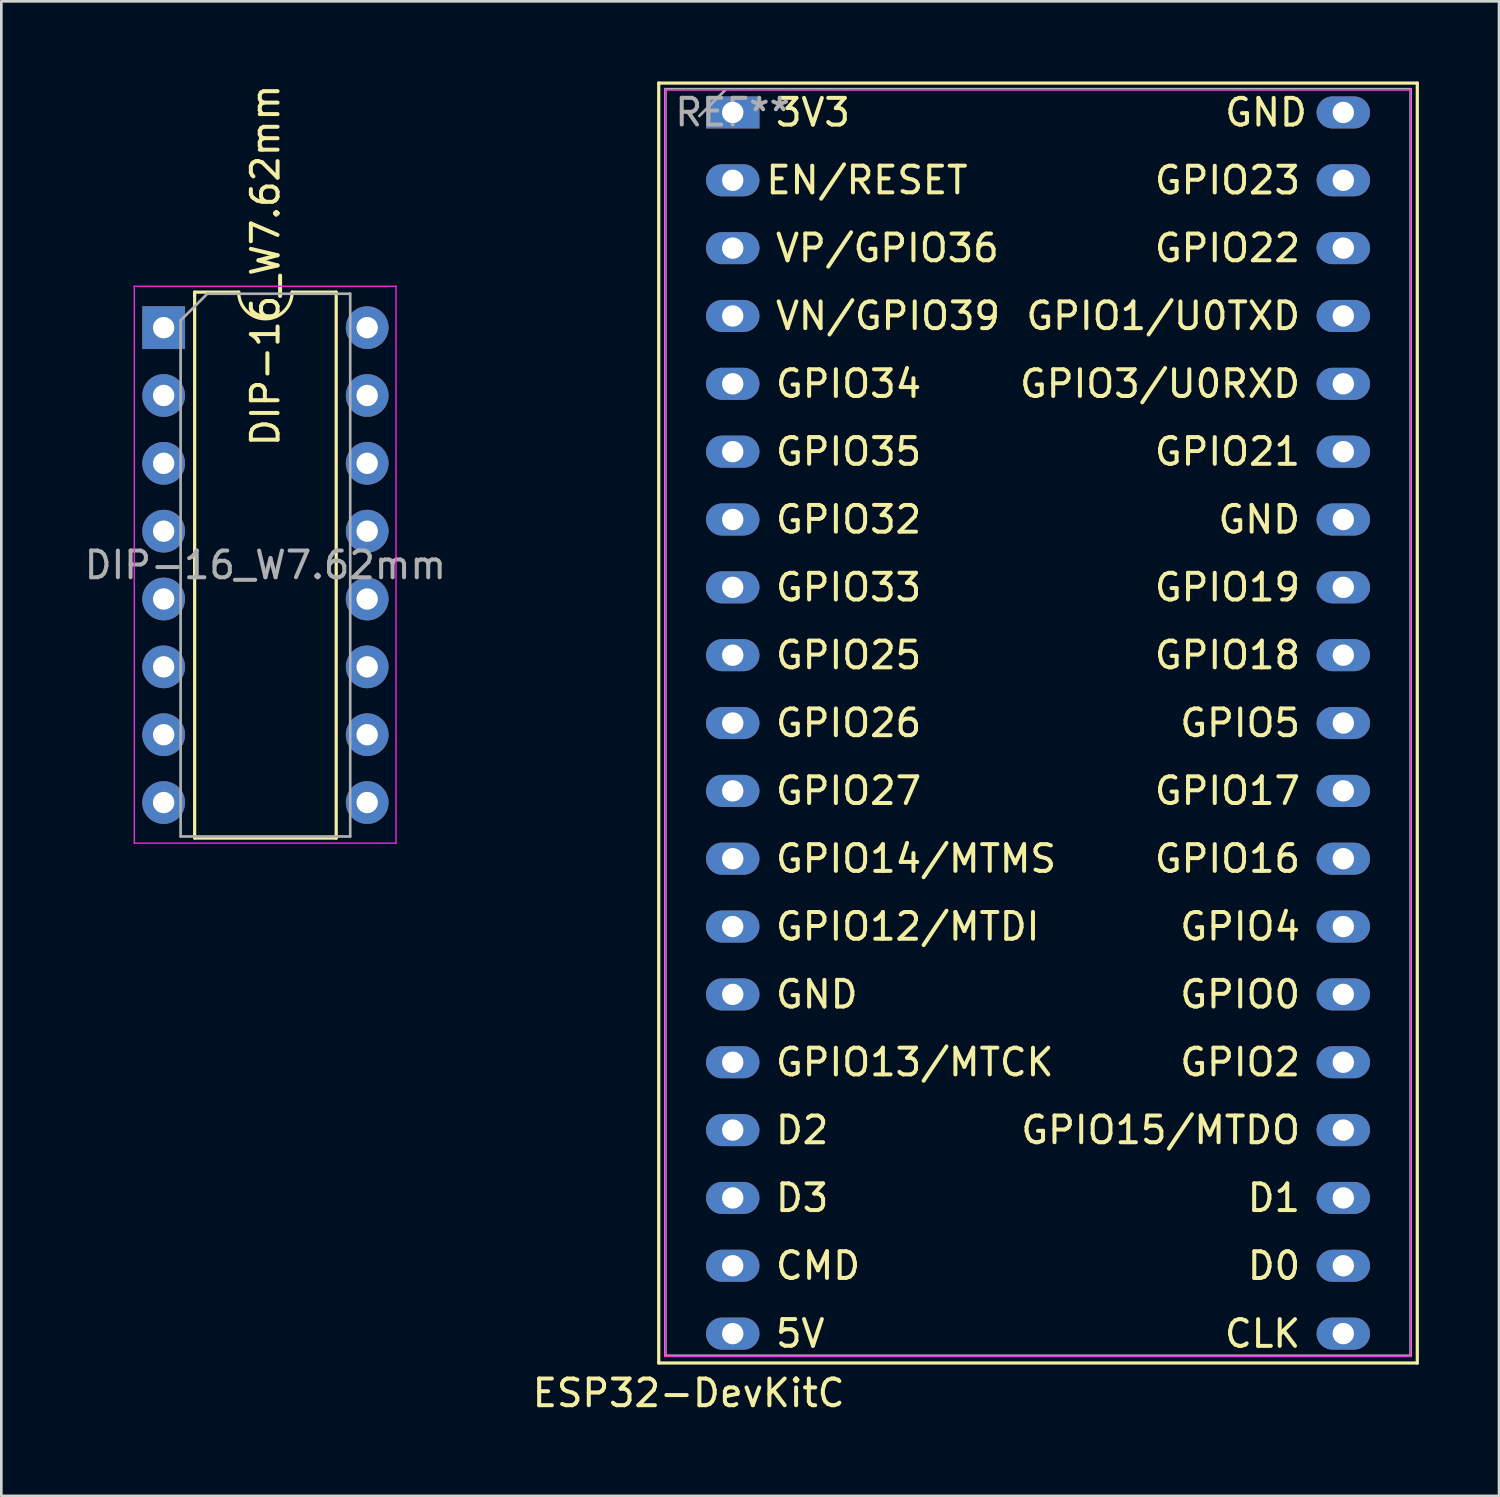
<source format=kicad_pcb>
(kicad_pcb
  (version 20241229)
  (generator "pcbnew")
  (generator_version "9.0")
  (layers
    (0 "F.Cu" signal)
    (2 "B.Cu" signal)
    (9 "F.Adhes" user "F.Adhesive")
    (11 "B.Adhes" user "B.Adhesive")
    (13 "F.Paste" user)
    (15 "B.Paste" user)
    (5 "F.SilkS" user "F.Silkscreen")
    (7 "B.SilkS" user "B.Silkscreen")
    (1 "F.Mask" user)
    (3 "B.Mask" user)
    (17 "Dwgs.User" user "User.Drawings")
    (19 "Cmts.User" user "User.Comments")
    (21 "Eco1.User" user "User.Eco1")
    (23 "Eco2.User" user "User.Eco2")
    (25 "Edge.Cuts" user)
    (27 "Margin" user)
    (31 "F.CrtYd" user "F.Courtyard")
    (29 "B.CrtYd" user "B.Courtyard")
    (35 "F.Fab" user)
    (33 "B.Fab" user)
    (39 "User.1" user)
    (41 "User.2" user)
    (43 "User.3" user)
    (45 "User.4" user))
  (footprint "ESP32-DevKitC"
    (layer "F.Cu")
    (at 24.383 1.16)
    (property "Reference" "ESP32-DevKitC" (at -1.651 47.946 0) (layer "F.SilkS") (effects (font (size 1 1) (thickness 0.15))))
    (attr through_hole)
    (fp_line (start -2.77 46.82) (end 25.63 46.82) (stroke (width 0.12) (type solid)) (layer "F.SilkS"))
    (fp_line (start -2.77 -1.1) (end -2.77 46.82) (stroke (width 0.12) (type solid)) (layer "F.SilkS"))
    (fp_line (start 25.63 46.82) (end 25.63 -1.1) (stroke (width 0.12) (type solid)) (layer "F.SilkS"))
    (fp_line (start 25.63 -1.1) (end -2.77 -1.1) (stroke (width 0.12) (type solid)) (layer "F.SilkS"))
    (fp_line (start -2.52 -0.85) (end 25.38 -0.85) (stroke (width 0.05) (type solid)) (layer "F.CrtYd"))
    (fp_line (start -2.52 46.57) (end -2.52 -0.85) (stroke (width 0.05) (type solid)) (layer "F.CrtYd"))
    (fp_line (start 25.38 -0.85) (end 25.38 46.57) (stroke (width 0.05) (type solid)) (layer "F.CrtYd"))
    (fp_line (start 25.38 46.57) (end -2.52 46.57) (stroke (width 0.05) (type solid)) (layer "F.CrtYd"))
    (fp_line (start -2.52 -0.87) (end 25.38 -0.87) (stroke (width 0.1) (type solid)) (layer "F.Fab"))
    (fp_line (start -2.52 46.55) (end -2.52 -0.87) (stroke (width 0.1) (type solid)) (layer "F.Fab"))
    (fp_line (start -0.25 -0.87) (end -1.25 0.13) (stroke (width 0.1) (type solid)) (layer "F.Fab"))
    (fp_line (start 25.38 -0.87) (end 25.38 46.55) (stroke (width 0.1) (type solid)) (layer "F.Fab"))
    (fp_line (start 25.38 46.55) (end -2.52 46.55) (stroke (width 0.1) (type solid)) (layer "F.Fab"))
    (fp_text user "D2" (at 1.524 38.1 0) (unlocked yes) (layer "F.SilkS") (effects (font (size 1 1) (thickness 0.15)) (justify left)))
    (fp_text user "CMD" (at 1.524 43.18 0) (unlocked yes) (layer "F.SilkS") (effects (font (size 1 1) (thickness 0.15)) (justify left)))
    (fp_text user "D1" (at 21.336 40.64 0) (unlocked yes) (layer "F.SilkS") (effects (font (size 1 1) (thickness 0.15)) (justify right)))
    (fp_text user "GPIO32" (at 1.524 15.24 0) (unlocked yes) (layer "F.SilkS") (effects (font (size 1 1) (thickness 0.15)) (justify left)))
    (fp_text user "GPIO35" (at 1.524 12.7 0) (unlocked yes) (layer "F.SilkS") (effects (font (size 1 1) (thickness 0.15)) (justify left)))
    (fp_text user "GPIO25" (at 1.524 20.32 0) (unlocked yes) (layer "F.SilkS") (effects (font (size 1 1) (thickness 0.15)) (justify left)))
    (fp_text user "GPIO15/MTDO" (at 21.336 38.1 0) (unlocked yes) (layer "F.SilkS") (effects (font (size 1 1) (thickness 0.15)) (justify right)))
    (fp_text user "GPIO18" (at 21.336 20.32 0) (unlocked yes) (layer "F.SilkS") (effects (font (size 1 1) (thickness 0.15)) (justify right)))
    (fp_text user "GPIO16" (at 21.336 27.94 0) (unlocked yes) (layer "F.SilkS") (effects (font (size 1 1) (thickness 0.15)) (justify right)))
    (fp_text user "GPIO21" (at 21.336 12.7 0) (unlocked yes) (layer "F.SilkS") (effects (font (size 1 1) (thickness 0.15)) (justify right)))
    (fp_text user "GPIO4" (at 21.336 30.48 0) (unlocked yes) (layer "F.SilkS") (effects (font (size 1 1) (thickness 0.15)) (justify right)))
    (fp_text user "VP/GPIO36" (at 1.524 5.08 0) (unlocked yes) (layer "F.SilkS") (effects (font (size 1 1) (thickness 0.15)) (justify left)))
    (fp_text user "D0" (at 21.34 43.183 0) (unlocked yes) (layer "F.SilkS") (effects (font (size 1 1) (thickness 0.15)) (justify right)))
    (fp_text user "D3" (at 1.524 40.64 0) (unlocked yes) (layer "F.SilkS") (effects (font (size 1 1) (thickness 0.15)) (justify left)))
    (fp_text user "CLK" (at 21.34 45.723 0) (unlocked yes) (layer "F.SilkS") (effects (font (size 1 1) (thickness 0.15)) (justify right)))
    (fp_text user "EN/RESET" (at 8.886 2.537 0) (unlocked yes) (layer "F.SilkS") (effects (font (size 1 1) (thickness 0.15)) (justify right)))
    (fp_text user "GPIO19" (at 21.336 17.78 0) (unlocked yes) (layer "F.SilkS") (effects (font (size 1 1) (thickness 0.15)) (justify right)))
    (fp_text user "GPIO27" (at 1.524 25.4 0) (unlocked yes) (layer "F.SilkS") (effects (font (size 1 1) (thickness 0.15)) (justify left)))
    (fp_text user "GPIO22" (at 21.336 5.08 0) (unlocked yes) (layer "F.SilkS") (effects (font (size 1 1) (thickness 0.15)) (justify right)))
    (fp_text user "GPIO14/MTMS" (at 1.524 27.94 0) (unlocked yes) (layer "F.SilkS") (effects (font (size 1 1) (thickness 0.15)) (justify left)))
    (fp_text user "GPIO5" (at 21.336 22.86 0) (unlocked yes) (layer "F.SilkS") (effects (font (size 1 1) (thickness 0.15)) (justify right)))
    (fp_text user "GPIO23" (at 21.336 2.54 0) (unlocked yes) (layer "F.SilkS") (effects (font (size 1 1) (thickness 0.15)) (justify right)))
    (fp_text user "GPIO13/MTCK" (at 1.524 35.56 0) (unlocked yes) (layer "F.SilkS") (effects (font (size 1 1) (thickness 0.15)) (justify left)))
    (fp_text user "GPIO26" (at 1.524 22.86 0) (unlocked yes) (layer "F.SilkS") (effects (font (size 1 1) (thickness 0.15)) (justify left)))
    (fp_text user "GPIO0" (at 21.336 33.02 0) (unlocked yes) (layer "F.SilkS") (effects (font (size 1 1) (thickness 0.15)) (justify right)))
    (fp_text user "GND" (at 21.336 15.24 0) (unlocked yes) (layer "F.SilkS") (effects (font (size 1 1) (thickness 0.15)) (justify right)))
    (fp_text user "3V3" (at 1.524 0 0) (unlocked yes) (layer "F.SilkS") (effects (font (size 1 1) (thickness 0.15)) (justify left)))
    (fp_text user "5V" (at 1.524 45.72 0) (unlocked yes) (layer "F.SilkS") (effects (font (size 1 1) (thickness 0.15)) (justify left)))
    (fp_text user "GPIO17" (at 21.336 25.4 0) (unlocked yes) (layer "F.SilkS") (effects (font (size 1 1) (thickness 0.15)) (justify right)))
    (fp_text user "GPIO12/MTDI" (at 1.524 30.48 0) (unlocked yes) (layer "F.SilkS") (effects (font (size 1 1) (thickness 0.15)) (justify left)))
    (fp_text user "GPIO33" (at 1.524 17.78 0) (unlocked yes) (layer "F.SilkS") (effects (font (size 1 1) (thickness 0.15)) (justify left)))
    (fp_text user "GPIO34" (at 1.524 10.16 0) (unlocked yes) (layer "F.SilkS") (effects (font (size 1 1) (thickness 0.15)) (justify left)))
    (fp_text user "GPIO1/U0TXD" (at 21.336 7.62 0) (unlocked yes) (layer "F.SilkS") (effects (font (size 1 1) (thickness 0.15)) (justify right)))
    (fp_text user "GPIO2" (at 21.336 35.56 0) (unlocked yes) (layer "F.SilkS") (effects (font (size 1 1) (thickness 0.15)) (justify right)))
    (fp_text user "GPIO3/U0RXD" (at 21.336 10.16 0) (unlocked yes) (layer "F.SilkS") (effects (font (size 1 1) (thickness 0.15)) (justify right)))
    (fp_text user "GND" (at 1.524 33.02 0) (unlocked yes) (layer "F.SilkS") (effects (font (size 1 1) (thickness 0.15)) (justify left)))
    (fp_text user "VN/GPIO39" (at 1.524 7.62 0) (unlocked yes) (layer "F.SilkS") (effects (font (size 1 1) (thickness 0.15)) (justify left)))
    (fp_text user "GND" (at 21.59 0 0) (unlocked yes) (layer "F.SilkS") (effects (font (size 1 1) (thickness 0.15)) (justify right)))
    (fp_text user "REF**" (at -0.004 -0.003 0) (layer "F.Fab") (effects (font (size 1 1) (thickness 0.15))))
    (pad "1" thru_hole rect (at 0 0 270) (size 1.2 2) (drill 0.8) (layers "*.Cu" "*.Mask"))
    (pad "2" thru_hole oval (at 0 2.54 270) (size 1.2 2) (drill 0.8) (layers "*.Cu" "*.Mask"))
    (pad "3" thru_hole oval (at 0 5.08 270) (size 1.2 2) (drill 0.8) (layers "*.Cu" "*.Mask"))
    (pad "4" thru_hole oval (at 0 7.62 270) (size 1.2 2) (drill 0.8) (layers "*.Cu" "*.Mask"))
    (pad "5" thru_hole oval (at 0 10.16 270) (size 1.2 2) (drill 0.8) (layers "*.Cu" "*.Mask"))
    (pad "6" thru_hole oval (at 0 12.7 270) (size 1.2 2) (drill 0.8) (layers "*.Cu" "*.Mask"))
    (pad "7" thru_hole oval (at 0 15.24 270) (size 1.2 2) (drill 0.8) (layers "*.Cu" "*.Mask"))
    (pad "8" thru_hole oval (at 0 17.78 270) (size 1.2 2) (drill 0.8) (layers "*.Cu" "*.Mask"))
    (pad "9" thru_hole oval (at 0 20.32 270) (size 1.2 2) (drill 0.8) (layers "*.Cu" "*.Mask"))
    (pad "10" thru_hole oval (at 0 22.86 270) (size 1.2 2) (drill 0.8) (layers "*.Cu" "*.Mask"))
    (pad "11" thru_hole oval (at 0 25.4 270) (size 1.2 2) (drill 0.8) (layers "*.Cu" "*.Mask"))
    (pad "12" thru_hole oval (at 0 27.94 270) (size 1.2 2) (drill 0.8) (layers "*.Cu" "*.Mask"))
    (pad "13" thru_hole oval (at 0 30.48 270) (size 1.2 2) (drill 0.8) (layers "*.Cu" "*.Mask"))
    (pad "14" thru_hole oval (at 0 33.02 270) (size 1.2 2) (drill 0.8) (layers "*.Cu" "*.Mask"))
    (pad "15" thru_hole oval (at 0 35.56 270) (size 1.2 2) (drill 0.8) (layers "*.Cu" "*.Mask"))
    (pad "16" thru_hole oval (at 0 38.1 270) (size 1.2 2) (drill 0.8) (layers "*.Cu" "*.Mask"))
    (pad "17" thru_hole oval (at 0 40.64 270) (size 1.2 2) (drill 0.8) (layers "*.Cu" "*.Mask"))
    (pad "18" thru_hole oval (at 0 43.18 270) (size 1.2 2) (drill 0.8) (layers "*.Cu" "*.Mask"))
    (pad "19" thru_hole oval (at 0 45.72 270) (size 1.2 2) (drill 0.8) (layers "*.Cu" "*.Mask"))
    (pad "20" thru_hole oval (at 22.86 45.72 270) (size 1.2 2) (drill 0.8) (layers "*.Cu" "*.Mask"))
    (pad "21" thru_hole oval (at 22.86 43.18 270) (size 1.2 2) (drill 0.8) (layers "*.Cu" "*.Mask"))
    (pad "22" thru_hole oval (at 22.86 40.64 270) (size 1.2 2) (drill 0.8) (layers "*.Cu" "*.Mask"))
    (pad "23" thru_hole oval (at 22.86 38.1 270) (size 1.2 2) (drill 0.8) (layers "*.Cu" "*.Mask"))
    (pad "24" thru_hole oval (at 22.86 35.56 270) (size 1.2 2) (drill 0.8) (layers "*.Cu" "*.Mask"))
    (pad "25" thru_hole oval (at 22.86 33.02 270) (size 1.2 2) (drill 0.8) (layers "*.Cu" "*.Mask"))
    (pad "26" thru_hole oval (at 22.86 30.48 270) (size 1.2 2) (drill 0.8) (layers "*.Cu" "*.Mask"))
    (pad "27" thru_hole oval (at 22.86 27.94 270) (size 1.2 2) (drill 0.8) (layers "*.Cu" "*.Mask"))
    (pad "28" thru_hole oval (at 22.86 25.4 270) (size 1.2 2) (drill 0.8) (layers "*.Cu" "*.Mask"))
    (pad "29" thru_hole oval (at 22.86 22.86 270) (size 1.2 2) (drill 0.8) (layers "*.Cu" "*.Mask"))
    (pad "30" thru_hole oval (at 22.86 20.32 270) (size 1.2 2) (drill 0.8) (layers "*.Cu" "*.Mask"))
    (pad "31" thru_hole oval (at 22.86 17.78 270) (size 1.2 2) (drill 0.8) (layers "*.Cu" "*.Mask"))
    (pad "32" thru_hole oval (at 22.86 15.24 270) (size 1.2 2) (drill 0.8) (layers "*.Cu" "*.Mask"))
    (pad "33" thru_hole oval (at 22.86 12.7 270) (size 1.2 2) (drill 0.8) (layers "*.Cu" "*.Mask"))
    (pad "34" thru_hole oval (at 22.86 10.16 270) (size 1.2 2) (drill 0.8) (layers "*.Cu" "*.Mask"))
    (pad "35" thru_hole oval (at 22.86 7.62 270) (size 1.2 2) (drill 0.8) (layers "*.Cu" "*.Mask"))
    (pad "36" thru_hole oval (at 22.86 5.08 270) (size 1.2 2) (drill 0.8) (layers "*.Cu" "*.Mask"))
    (pad "37" thru_hole oval (at 22.86 2.54 270) (size 1.2 2) (drill 0.8) (layers "*.Cu" "*.Mask"))
    (pad "38" thru_hole oval (at 22.86 0 270) (size 1.2 2) (drill 0.8) (layers "*.Cu" "*.Mask")))
  (footprint "DIP-16_W7.62mm"
    (layer "F.Cu")
    (at 3.077 9.217)
    (property "Reference" "DIP-16_W7.62mm" (at 3.81 -2.33 270) (layer "F.SilkS") (effects (font (size 1 1) (thickness 0.15))))
    (attr through_hole)
    (fp_line (start 1.16 -1.33) (end 1.16 19.11) (stroke (width 0.12) (type solid)) (layer "F.SilkS"))
    (fp_line (start 1.16 19.11) (end 6.46 19.11) (stroke (width 0.12) (type solid)) (layer "F.SilkS"))
    (fp_line (start 2.81 -1.33) (end 1.16 -1.33) (stroke (width 0.12) (type solid)) (layer "F.SilkS"))
    (fp_line (start 6.46 -1.33) (end 4.81 -1.33) (stroke (width 0.12) (type solid)) (layer "F.SilkS"))
    (fp_line (start 6.46 19.11) (end 6.46 -1.33) (stroke (width 0.12) (type solid)) (layer "F.SilkS"))
    (fp_arc (start 4.81 -1.33) (mid 3.81 -0.33) (end 2.81 -1.33) (stroke (width 0.12) (type solid)) (layer "F.SilkS"))
    (fp_line (start -1.1 -1.55) (end -1.1 19.3) (stroke (width 0.05) (type solid)) (layer "F.CrtYd"))
    (fp_line (start -1.1 19.3) (end 8.7 19.3) (stroke (width 0.05) (type solid)) (layer "F.CrtYd"))
    (fp_line (start 8.7 -1.55) (end -1.1 -1.55) (stroke (width 0.05) (type solid)) (layer "F.CrtYd"))
    (fp_line (start 8.7 19.3) (end 8.7 -1.55) (stroke (width 0.05) (type solid)) (layer "F.CrtYd"))
    (fp_line (start 0.635 -0.27) (end 1.635 -1.27) (stroke (width 0.1) (type solid)) (layer "F.Fab"))
    (fp_line (start 0.635 19.05) (end 0.635 -0.27) (stroke (width 0.1) (type solid)) (layer "F.Fab"))
    (fp_line (start 1.635 -1.27) (end 6.985 -1.27) (stroke (width 0.1) (type solid)) (layer "F.Fab"))
    (fp_line (start 6.985 -1.27) (end 6.985 19.05) (stroke (width 0.1) (type solid)) (layer "F.Fab"))
    (fp_line (start 6.985 19.05) (end 0.635 19.05) (stroke (width 0.1) (type solid)) (layer "F.Fab"))
    (fp_text user "${REFERENCE}" (at 3.81 8.89 0) (layer "F.Fab") (effects (font (size 1 1) (thickness 0.15))))
    (pad "1" thru_hole rect (at 0 0) (size 1.6 1.6) (drill 0.8) (layers "*.Cu" "*.Mask"))
    (pad "2" thru_hole oval (at 0 2.54) (size 1.6 1.6) (drill 0.8) (layers "*.Cu" "*.Mask"))
    (pad "3" thru_hole oval (at 0 5.08) (size 1.6 1.6) (drill 0.8) (layers "*.Cu" "*.Mask"))
    (pad "4" thru_hole oval (at 0 7.62) (size 1.6 1.6) (drill 0.8) (layers "*.Cu" "*.Mask"))
    (pad "5" thru_hole oval (at 0 10.16) (size 1.6 1.6) (drill 0.8) (layers "*.Cu" "*.Mask"))
    (pad "6" thru_hole oval (at 0 12.7) (size 1.6 1.6) (drill 0.8) (layers "*.Cu" "*.Mask"))
    (pad "7" thru_hole oval (at 0 15.24) (size 1.6 1.6) (drill 0.8) (layers "*.Cu" "*.Mask"))
    (pad "8" thru_hole oval (at 0 17.78) (size 1.6 1.6) (drill 0.8) (layers "*.Cu" "*.Mask"))
    (pad "9" thru_hole oval (at 7.62 17.78) (size 1.6 1.6) (drill 0.8) (layers "*.Cu" "*.Mask"))
    (pad "10" thru_hole oval (at 7.62 15.24) (size 1.6 1.6) (drill 0.8) (layers "*.Cu" "*.Mask"))
    (pad "11" thru_hole oval (at 7.62 12.7) (size 1.6 1.6) (drill 0.8) (layers "*.Cu" "*.Mask"))
    (pad "12" thru_hole oval (at 7.62 10.16) (size 1.6 1.6) (drill 0.8) (layers "*.Cu" "*.Mask"))
    (pad "13" thru_hole oval (at 7.62 7.62) (size 1.6 1.6) (drill 0.8) (layers "*.Cu" "*.Mask"))
    (pad "14" thru_hole oval (at 7.62 5.08) (size 1.6 1.6) (drill 0.8) (layers "*.Cu" "*.Mask"))
    (pad "15" thru_hole oval (at 7.62 2.54) (size 1.6 1.6) (drill 0.8) (layers "*.Cu" "*.Mask"))
    (pad "16" thru_hole oval (at 7.62 0) (size 1.6 1.6) (drill 0.8) (layers "*.Cu" "*.Mask")))
  (gr_rect
    (start -3 -3)
    (end 53.073 52.955)
    (stroke (width 0.1) (type default))
    (fill no)
    (layer "Edge.Cuts")))
</source>
